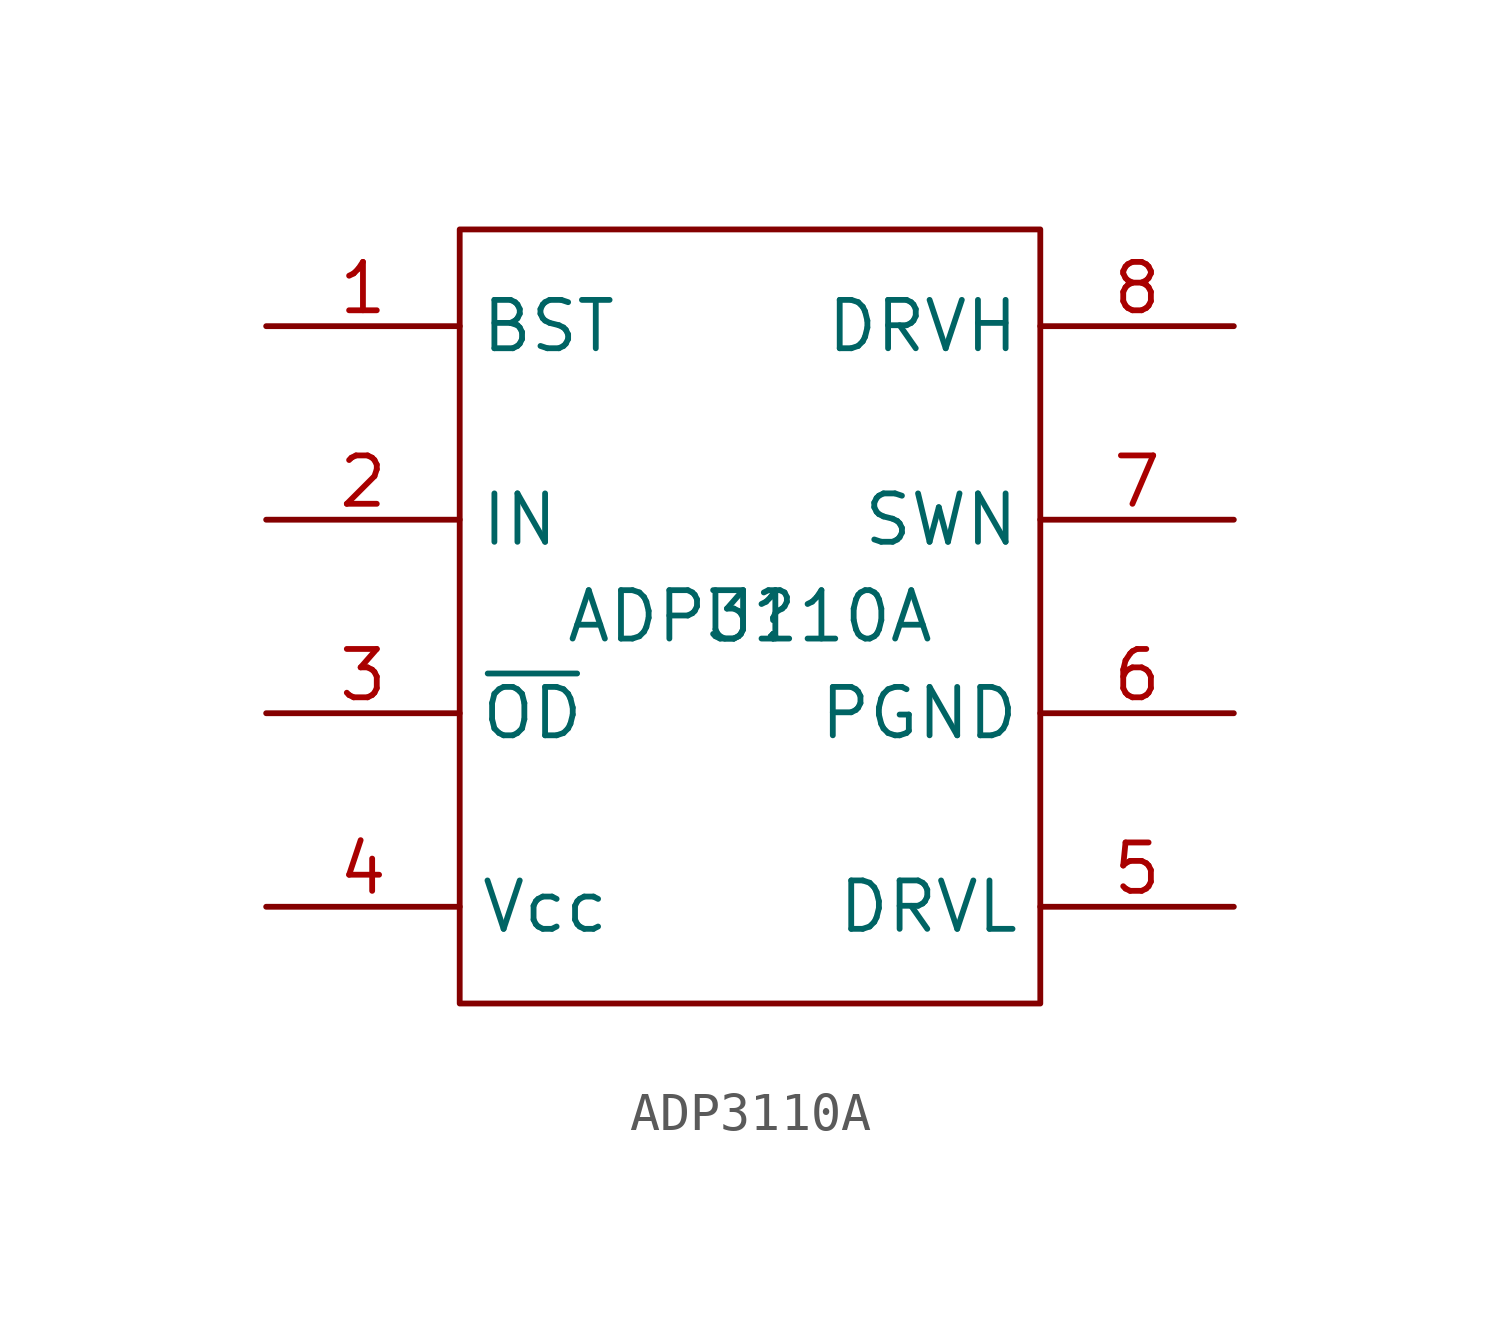
<source format=kicad_sym>
(kicad_symbol_lib
  (version 20211014)
  (generator kicad_symbol_editor)
  (symbol "ADP3110A"
    (property "Reference" "U"
      (at 0 0 0)
      (effects (font (size 1.27 1.27))))
    (property "Value" "ADP3110A"
      (at 0 0 0)
      (effects (font (size 1.27 1.27))))
    (symbol "ADP3110A_0_1"
      (rectangle (start -7.62 10.16) (end 7.62 -10.16) (stroke (width 0) (type default) (color 0 0 0 0)) (fill (type none))))
    (symbol "ADP3110A_1_1"
      (pin output line (at -12.7 7.62 0) (length 5.08) (name "BST" (effects (font (size 1.27 1.27)))) (number "1" (effects (font (size 1.27 1.27)))))
      (pin input line (at -12.7 2.54 0) (length 5.08) (name "IN" (effects (font (size 1.27 1.27)))) (number "2" (effects (font (size 1.27 1.27)))))
      (pin input line (at -12.7 -2.54 0) (length 5.08) (name "~{OD}" (effects (font (size 1.27 1.27)))) (number "3" (effects (font (size 1.27 1.27)))))
      (pin power_in line (at -12.7 -7.62 0) (length 5.08) (name "Vcc" (effects (font (size 1.27 1.27)))) (number "4" (effects (font (size 1.27 1.27)))))
      (pin output line (at 12.7 -7.62 180) (length 5.08) (name "DRVL" (effects (font (size 1.27 1.27)))) (number "5" (effects (font (size 1.27 1.27)))))
      (pin power_in line (at 12.7 -2.54 180) (length 5.08) (name "PGND" (effects (font (size 1.27 1.27)))) (number "6" (effects (font (size 1.27 1.27)))))
      (pin output line (at 12.7 2.54 180) (length 5.08) (name "SWN" (effects (font (size 1.27 1.27)))) (number "7" (effects (font (size 1.27 1.27)))))
      (pin output line (at 12.7 7.62 180) (length 5.08) (name "DRVH" (effects (font (size 1.27 1.27)))) (number "8" (effects (font (size 1.27 1.27))))))))
</source>
